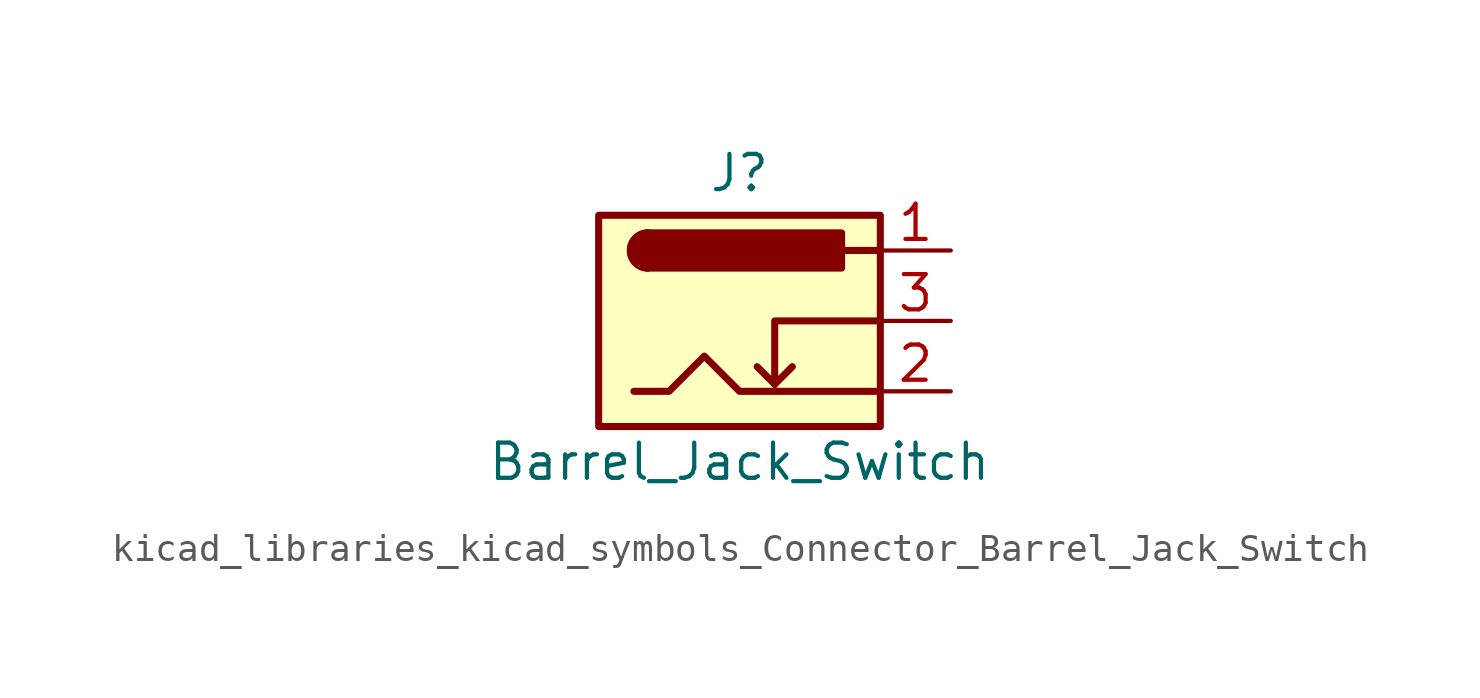
<source format=kicad_sym>
(kicad_symbol_lib
  (version 20220914)
  (generator kicad_symbol_editor)
  (symbol "kicad_libraries_kicad_symbols_Connector_Barrel_Jack_Switch"
    (pin_names hide)
    (property "Reference" "J"
      (at 0 5.334 0)
      (effects (font (size 1.27 1.27))))
    (property "Value" "Barrel_Jack_Switch"
      (at 0 -5.08 0)
      (effects (font (size 1.27 1.27))))
    (symbol "kicad_libraries_kicad_symbols_Connector_Barrel_Jack_Switch_0_1"
      (rectangle (start -5.08 3.81) (end 5.08 -3.81) (stroke (width 0.254) (type default)) (fill (type background)))
      (arc (start -3.302 3.175) (mid -3.9343 2.54) (end -3.302 1.905) (stroke (width 0.254) (type default)) (fill (type none)))
      (arc (start -3.302 3.175) (mid -3.9343 2.54) (end -3.302 1.905) (stroke (width 0.254) (type default)) (fill (type outline)))
      (polyline (pts (xy 1.27 -2.286) (xy 1.905 -1.651)) (stroke (width 0.254) (type default)) (fill (type none)))
      (polyline (pts (xy 5.08 2.54) (xy 3.81 2.54)) (stroke (width 0.254) (type default)) (fill (type none)))
      (polyline (pts (xy 5.08 0) (xy 1.27 0) (xy 1.27 -2.286) (xy 0.635 -1.651)) (stroke (width 0.254) (type default)) (fill (type none)))
      (polyline (pts (xy -3.81 -2.54) (xy -2.54 -2.54) (xy -1.27 -1.27) (xy 0 -2.54) (xy 2.54 -2.54) (xy 5.08 -2.54)) (stroke (width 0.254) (type default)) (fill (type none)))
      (rectangle (start 3.683 3.175) (end -3.302 1.905) (stroke (width 0.254) (type default)) (fill (type outline))))
    (symbol "kicad_libraries_kicad_symbols_Connector_Barrel_Jack_Switch_1_1"
      (pin passive line (at 7.62 2.54 180) (length 2.54) (name "~" (effects (font (size 1.27 1.27)))) (number "1" (effects (font (size 1.27 1.27)))))
      (pin passive line (at 7.62 -2.54 180) (length 2.54) (name "~" (effects (font (size 1.27 1.27)))) (number "2" (effects (font (size 1.27 1.27)))))
      (pin passive line (at 7.62 0 180) (length 2.54) (name "~" (effects (font (size 1.27 1.27)))) (number "3" (effects (font (size 1.27 1.27))))))))
</source>
